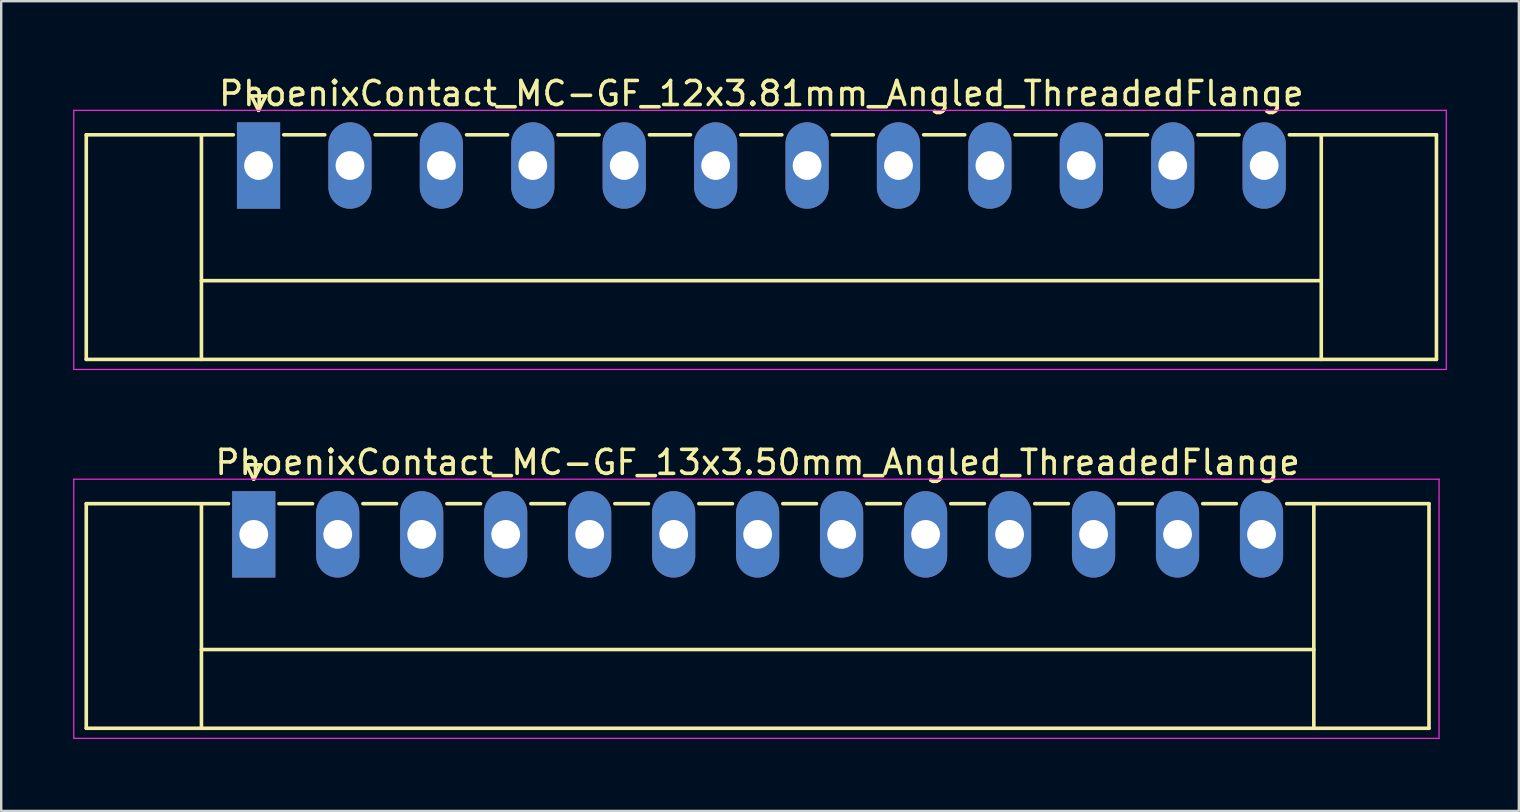
<source format=kicad_pcb>
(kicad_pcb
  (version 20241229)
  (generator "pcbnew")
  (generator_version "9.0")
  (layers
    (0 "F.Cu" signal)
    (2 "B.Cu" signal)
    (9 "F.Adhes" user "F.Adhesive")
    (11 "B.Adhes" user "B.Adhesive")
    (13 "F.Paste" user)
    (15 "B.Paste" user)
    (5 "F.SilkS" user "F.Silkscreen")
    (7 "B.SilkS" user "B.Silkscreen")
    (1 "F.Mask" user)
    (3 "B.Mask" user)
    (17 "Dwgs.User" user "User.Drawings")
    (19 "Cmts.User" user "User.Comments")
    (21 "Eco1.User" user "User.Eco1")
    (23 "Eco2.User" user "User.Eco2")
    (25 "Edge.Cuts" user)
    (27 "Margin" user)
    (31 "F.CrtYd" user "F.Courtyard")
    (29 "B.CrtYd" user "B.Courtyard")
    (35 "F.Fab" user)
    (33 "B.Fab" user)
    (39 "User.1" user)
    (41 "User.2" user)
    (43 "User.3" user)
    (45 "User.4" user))
  (footprint "PhoenixContact_MC-GF_13x3.50mm_Angled_ThreadedFlange"
    (layer "F.Cu")
    (at 7.525 19.221)
    (property "Reference" "PhoenixContact_MC-GF_13x3.50mm_Angled_ThreadedFlange" (at 21 -3 0) (layer "F.SilkS") (effects (font (size 1 1) (thickness 0.15))))
    (attr through_hole)
    (fp_line (start -6.98 -1.28) (end -6.98 8.08) (stroke (width 0.15) (type solid)) (layer "F.SilkS"))
    (fp_line (start -6.98 -1.28) (end -1.05 -1.28) (stroke (width 0.15) (type solid)) (layer "F.SilkS"))
    (fp_line (start -6.98 8.08) (end 48.98 8.08) (stroke (width 0.15) (type solid)) (layer "F.SilkS"))
    (fp_line (start -2.18 -1.28) (end -2.18 8.08) (stroke (width 0.15) (type solid)) (layer "F.SilkS"))
    (fp_line (start -2.18 4.8) (end 44.18 4.8) (stroke (width 0.15) (type solid)) (layer "F.SilkS"))
    (fp_line (start -0.3 -2.9) (end 0 -2.3) (stroke (width 0.15) (type solid)) (layer "F.SilkS"))
    (fp_line (start 0 -2.3) (end 0.3 -2.9) (stroke (width 0.15) (type solid)) (layer "F.SilkS"))
    (fp_line (start 0.3 -2.9) (end -0.3 -2.9) (stroke (width 0.15) (type solid)) (layer "F.SilkS"))
    (fp_line (start 1.05 -1.28) (end 2.45 -1.28) (stroke (width 0.15) (type solid)) (layer "F.SilkS"))
    (fp_line (start 4.55 -1.28) (end 5.95 -1.28) (stroke (width 0.15) (type solid)) (layer "F.SilkS"))
    (fp_line (start 8.05 -1.28) (end 9.45 -1.28) (stroke (width 0.15) (type solid)) (layer "F.SilkS"))
    (fp_line (start 11.55 -1.28) (end 12.95 -1.28) (stroke (width 0.15) (type solid)) (layer "F.SilkS"))
    (fp_line (start 15.05 -1.28) (end 16.45 -1.28) (stroke (width 0.15) (type solid)) (layer "F.SilkS"))
    (fp_line (start 18.55 -1.28) (end 19.95 -1.28) (stroke (width 0.15) (type solid)) (layer "F.SilkS"))
    (fp_line (start 22.05 -1.28) (end 23.45 -1.28) (stroke (width 0.15) (type solid)) (layer "F.SilkS"))
    (fp_line (start 25.55 -1.28) (end 26.95 -1.28) (stroke (width 0.15) (type solid)) (layer "F.SilkS"))
    (fp_line (start 29.05 -1.28) (end 30.45 -1.28) (stroke (width 0.15) (type solid)) (layer "F.SilkS"))
    (fp_line (start 32.55 -1.28) (end 33.95 -1.28) (stroke (width 0.15) (type solid)) (layer "F.SilkS"))
    (fp_line (start 36.05 -1.28) (end 37.45 -1.28) (stroke (width 0.15) (type solid)) (layer "F.SilkS"))
    (fp_line (start 39.55 -1.28) (end 40.95 -1.28) (stroke (width 0.15) (type solid)) (layer "F.SilkS"))
    (fp_line (start 44.18 -1.28) (end 44.18 8.08) (stroke (width 0.15) (type solid)) (layer "F.SilkS"))
    (fp_line (start 48.98 -1.28) (end 43.05 -1.28) (stroke (width 0.15) (type solid)) (layer "F.SilkS"))
    (fp_line (start 48.98 8.08) (end 48.98 -1.28) (stroke (width 0.15) (type solid)) (layer "F.SilkS"))
    (fp_line (start -7.5 -2.3) (end -7.5 8.5) (stroke (width 0.05) (type solid)) (layer "F.CrtYd"))
    (fp_line (start -7.5 8.5) (end 49.4 8.5) (stroke (width 0.05) (type solid)) (layer "F.CrtYd"))
    (fp_line (start 49.4 -2.3) (end -7.5 -2.3) (stroke (width 0.05) (type solid)) (layer "F.CrtYd"))
    (fp_line (start 49.4 8.5) (end 49.4 -2.3) (stroke (width 0.05) (type solid)) (layer "F.CrtYd"))
    (pad "1" thru_hole rect (at 0 0) (size 1.8 3.6) (drill 1.2) (layers "*.Cu" "*.Mask"))
    (pad "2" thru_hole oval (at 3.5 0) (size 1.8 3.6) (drill 1.2) (layers "*.Cu" "*.Mask"))
    (pad "3" thru_hole oval (at 7 0) (size 1.8 3.6) (drill 1.2) (layers "*.Cu" "*.Mask"))
    (pad "4" thru_hole oval (at 10.5 0) (size 1.8 3.6) (drill 1.2) (layers "*.Cu" "*.Mask"))
    (pad "5" thru_hole oval (at 14 0) (size 1.8 3.6) (drill 1.2) (layers "*.Cu" "*.Mask"))
    (pad "6" thru_hole oval (at 17.5 0) (size 1.8 3.6) (drill 1.2) (layers "*.Cu" "*.Mask"))
    (pad "7" thru_hole oval (at 21 0) (size 1.8 3.6) (drill 1.2) (layers "*.Cu" "*.Mask"))
    (pad "8" thru_hole oval (at 24.5 0) (size 1.8 3.6) (drill 1.2) (layers "*.Cu" "*.Mask"))
    (pad "9" thru_hole oval (at 28 0) (size 1.8 3.6) (drill 1.2) (layers "*.Cu" "*.Mask"))
    (pad "10" thru_hole oval (at 31.5 0) (size 1.8 3.6) (drill 1.2) (layers "*.Cu" "*.Mask"))
    (pad "11" thru_hole oval (at 35 0) (size 1.8 3.6) (drill 1.2) (layers "*.Cu" "*.Mask"))
    (pad "12" thru_hole oval (at 38.5 0) (size 1.8 3.6) (drill 1.2) (layers "*.Cu" "*.Mask"))
    (pad "13" thru_hole oval (at 42 0) (size 1.8 3.6) (drill 1.2) (layers "*.Cu" "*.Mask")))
  (footprint "PhoenixContact_MC-GF_12x3.81mm_Angled_ThreadedFlange"
    (layer "F.Cu")
    (at 7.725 3.848)
    (property "Reference" "PhoenixContact_MC-GF_12x3.81mm_Angled_ThreadedFlange" (at 20.955 -3 0) (layer "F.SilkS") (effects (font (size 1 1) (thickness 0.15))))
    (attr through_hole)
    (fp_line (start -7.18 -1.28) (end -7.18 8.08) (stroke (width 0.15) (type solid)) (layer "F.SilkS"))
    (fp_line (start -7.18 -1.28) (end -1.05 -1.28) (stroke (width 0.15) (type solid)) (layer "F.SilkS"))
    (fp_line (start -7.18 8.08) (end 49.09 8.08) (stroke (width 0.15) (type solid)) (layer "F.SilkS"))
    (fp_line (start -2.38 -1.28) (end -2.38 8.08) (stroke (width 0.15) (type solid)) (layer "F.SilkS"))
    (fp_line (start -2.38 4.8) (end 44.29 4.8) (stroke (width 0.15) (type solid)) (layer "F.SilkS"))
    (fp_line (start -0.3 -2.9) (end 0 -2.3) (stroke (width 0.15) (type solid)) (layer "F.SilkS"))
    (fp_line (start 0 -2.3) (end 0.3 -2.9) (stroke (width 0.15) (type solid)) (layer "F.SilkS"))
    (fp_line (start 0.3 -2.9) (end -0.3 -2.9) (stroke (width 0.15) (type solid)) (layer "F.SilkS"))
    (fp_line (start 1.05 -1.28) (end 2.76 -1.28) (stroke (width 0.15) (type solid)) (layer "F.SilkS"))
    (fp_line (start 4.86 -1.28) (end 6.57 -1.28) (stroke (width 0.15) (type solid)) (layer "F.SilkS"))
    (fp_line (start 8.67 -1.28) (end 10.38 -1.28) (stroke (width 0.15) (type solid)) (layer "F.SilkS"))
    (fp_line (start 12.48 -1.28) (end 14.19 -1.28) (stroke (width 0.15) (type solid)) (layer "F.SilkS"))
    (fp_line (start 16.29 -1.28) (end 18 -1.28) (stroke (width 0.15) (type solid)) (layer "F.SilkS"))
    (fp_line (start 20.1 -1.28) (end 21.81 -1.28) (stroke (width 0.15) (type solid)) (layer "F.SilkS"))
    (fp_line (start 23.91 -1.28) (end 25.62 -1.28) (stroke (width 0.15) (type solid)) (layer "F.SilkS"))
    (fp_line (start 27.72 -1.28) (end 29.43 -1.28) (stroke (width 0.15) (type solid)) (layer "F.SilkS"))
    (fp_line (start 31.53 -1.28) (end 33.24 -1.28) (stroke (width 0.15) (type solid)) (layer "F.SilkS"))
    (fp_line (start 35.34 -1.28) (end 37.05 -1.28) (stroke (width 0.15) (type solid)) (layer "F.SilkS"))
    (fp_line (start 39.15 -1.28) (end 40.86 -1.28) (stroke (width 0.15) (type solid)) (layer "F.SilkS"))
    (fp_line (start 44.29 -1.28) (end 44.29 8.08) (stroke (width 0.15) (type solid)) (layer "F.SilkS"))
    (fp_line (start 49.09 -1.28) (end 42.96 -1.28) (stroke (width 0.15) (type solid)) (layer "F.SilkS"))
    (fp_line (start 49.09 8.08) (end 49.09 -1.28) (stroke (width 0.15) (type solid)) (layer "F.SilkS"))
    (fp_line (start -7.7 -2.3) (end -7.7 8.5) (stroke (width 0.05) (type solid)) (layer "F.CrtYd"))
    (fp_line (start -7.7 8.5) (end 49.5 8.5) (stroke (width 0.05) (type solid)) (layer "F.CrtYd"))
    (fp_line (start 49.5 -2.3) (end -7.7 -2.3) (stroke (width 0.05) (type solid)) (layer "F.CrtYd"))
    (fp_line (start 49.5 8.5) (end 49.5 -2.3) (stroke (width 0.05) (type solid)) (layer "F.CrtYd"))
    (pad "1" thru_hole rect (at 0 0) (size 1.8 3.6) (drill 1.2) (layers "*.Cu" "*.Mask"))
    (pad "2" thru_hole oval (at 3.81 0) (size 1.8 3.6) (drill 1.2) (layers "*.Cu" "*.Mask"))
    (pad "3" thru_hole oval (at 7.62 0) (size 1.8 3.6) (drill 1.2) (layers "*.Cu" "*.Mask"))
    (pad "4" thru_hole oval (at 11.43 0) (size 1.8 3.6) (drill 1.2) (layers "*.Cu" "*.Mask"))
    (pad "5" thru_hole oval (at 15.24 0) (size 1.8 3.6) (drill 1.2) (layers "*.Cu" "*.Mask"))
    (pad "6" thru_hole oval (at 19.05 0) (size 1.8 3.6) (drill 1.2) (layers "*.Cu" "*.Mask"))
    (pad "7" thru_hole oval (at 22.86 0) (size 1.8 3.6) (drill 1.2) (layers "*.Cu" "*.Mask"))
    (pad "8" thru_hole oval (at 26.67 0) (size 1.8 3.6) (drill 1.2) (layers "*.Cu" "*.Mask"))
    (pad "9" thru_hole oval (at 30.48 0) (size 1.8 3.6) (drill 1.2) (layers "*.Cu" "*.Mask"))
    (pad "10" thru_hole oval (at 34.29 0) (size 1.8 3.6) (drill 1.2) (layers "*.Cu" "*.Mask"))
    (pad "11" thru_hole oval (at 38.1 0) (size 1.8 3.6) (drill 1.2) (layers "*.Cu" "*.Mask"))
    (pad "12" thru_hole oval (at 41.91 0) (size 1.8 3.6) (drill 1.2) (layers "*.Cu" "*.Mask")))
  (gr_rect
    (start -3 -3)
    (end 60.25 30.747)
    (stroke (width 0.1) (type default))
    (fill no)
    (layer "Edge.Cuts")))
</source>
